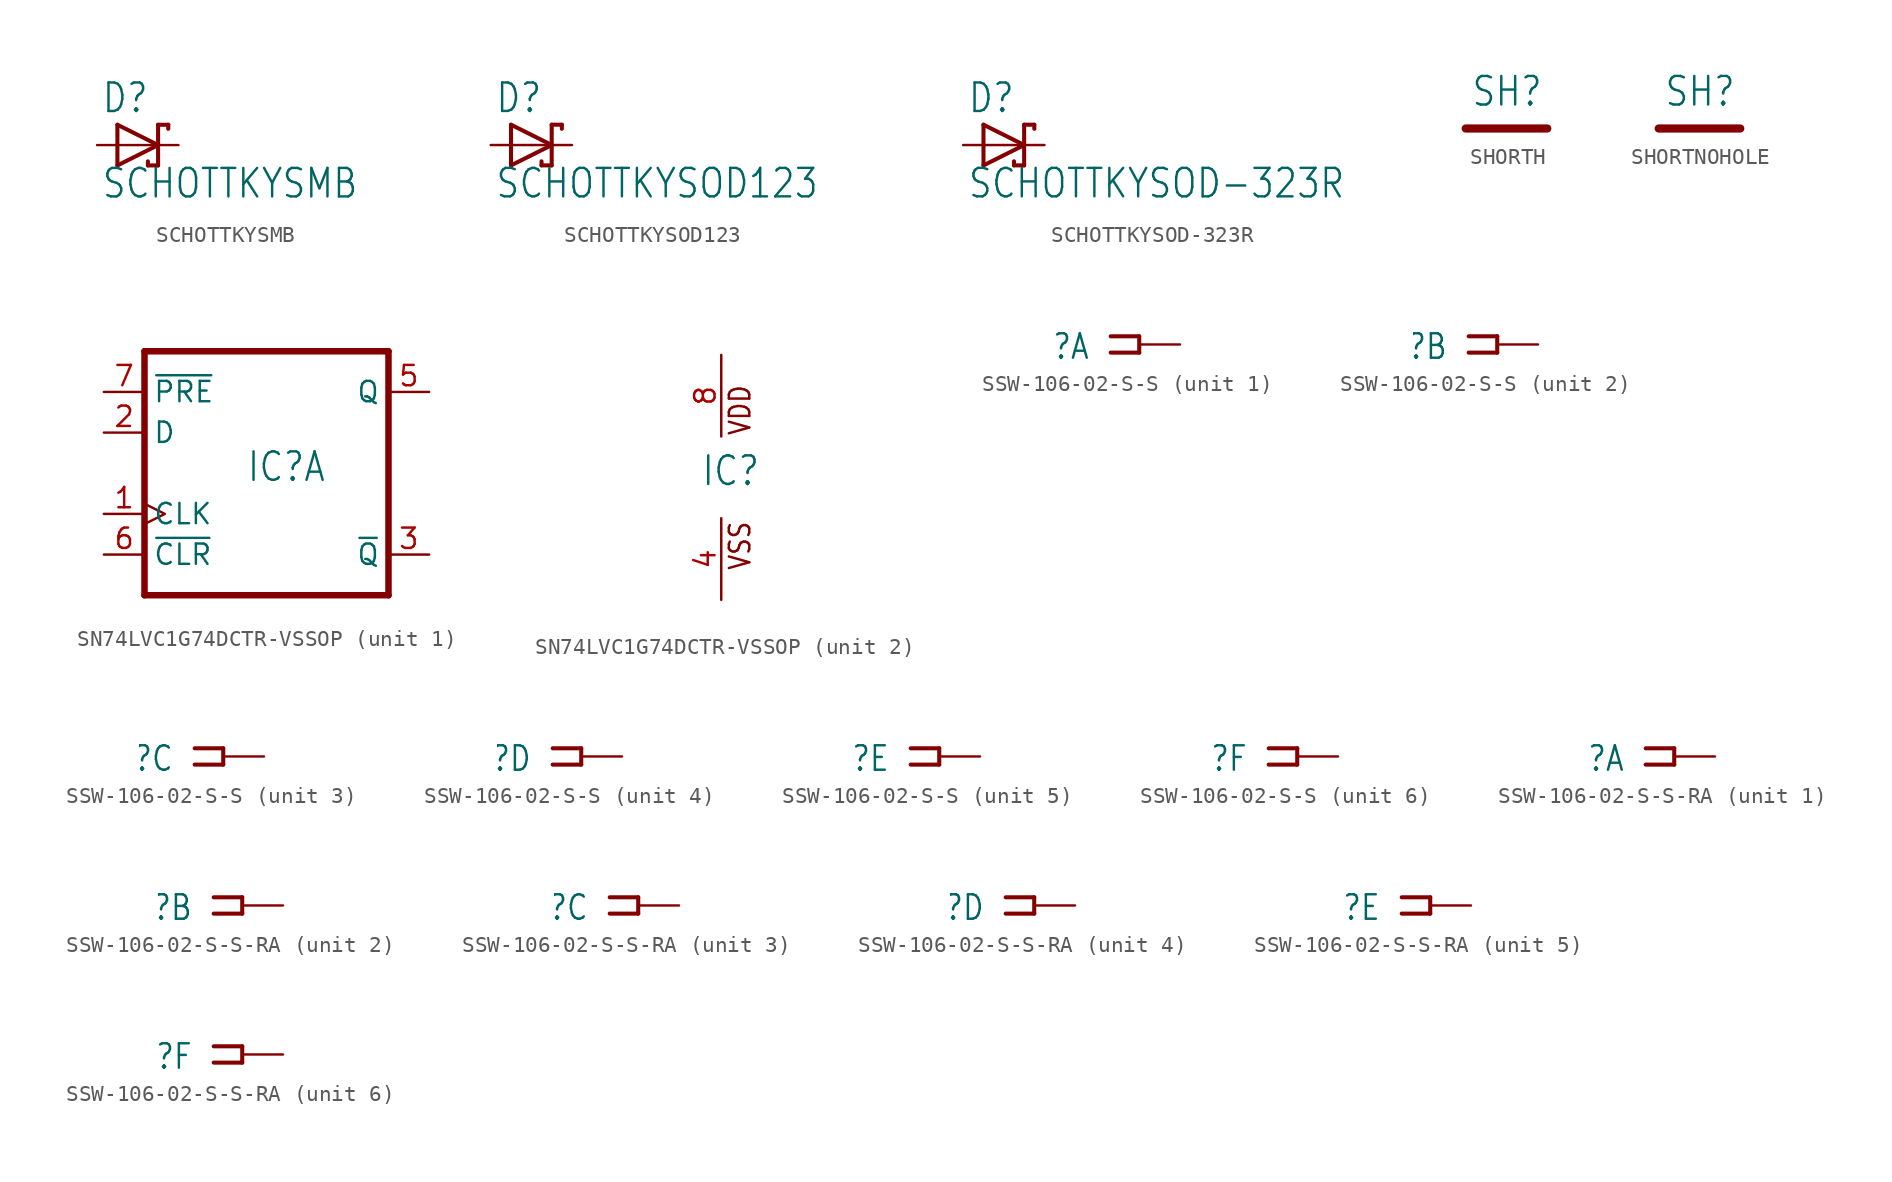
<source format=kicad_sym>
(kicad_symbol_lib
  (version 20211014)
  (generator kicad_symbol_editor)
  (symbol "SCHOTTKYSMB"
    (property "Reference" "D"
      (at -2.286 1.905 0)
      (effects (font (size 1.778 1.511)) (justify left bottom)))
    (property "Value" "SCHOTTKYSMB"
      (at -2.286 -3.429 0)
      (effects (font (size 1.778 1.511)) (justify left bottom)))
    (property "ki_locked" ""
      (at 0 0 0)
      (effects (font (size 1.27 1.27))))
    (symbol "SCHOTTKYSMB_1_0"
      (polyline (pts (xy -1.27 -1.27) (xy 1.27 0)) (stroke (width 0.254) (type default) (color 0 0 0 0)) (fill (type none)))
      (polyline (pts (xy -1.27 1.27) (xy -1.27 -1.27)) (stroke (width 0.254) (type default) (color 0 0 0 0)) (fill (type none)))
      (polyline (pts (xy 0.635 -1.016) (xy 0.635 -1.27)) (stroke (width 0.254) (type default) (color 0 0 0 0)) (fill (type none)))
      (polyline (pts (xy 1.27 -1.27) (xy 0.635 -1.27)) (stroke (width 0.254) (type default) (color 0 0 0 0)) (fill (type none)))
      (polyline (pts (xy 1.27 0) (xy -1.27 1.27)) (stroke (width 0.254) (type default) (color 0 0 0 0)) (fill (type none)))
      (polyline (pts (xy 1.27 0) (xy 1.27 -1.27)) (stroke (width 0.254) (type default) (color 0 0 0 0)) (fill (type none)))
      (polyline (pts (xy 1.27 1.27) (xy 1.27 0)) (stroke (width 0.254) (type default) (color 0 0 0 0)) (fill (type none)))
      (polyline (pts (xy 1.905 1.27) (xy 1.27 1.27)) (stroke (width 0.254) (type default) (color 0 0 0 0)) (fill (type none)))
      (polyline (pts (xy 1.905 1.27) (xy 1.905 1.016)) (stroke (width 0.254) (type default) (color 0 0 0 0)) (fill (type none)))
      (pin passive line (at -2.54 0 0) (length 2.54) (name "A" (effects (font (size 0 0)))) (number "A" (effects (font (size 0 0)))))
      (pin passive line (at 2.54 0 180) (length 2.54) (name "C" (effects (font (size 0 0)))) (number "C" (effects (font (size 0 0)))))))
  (symbol "SCHOTTKYSOD123"
    (property "Reference" "D"
      (at -2.286 1.905 0)
      (effects (font (size 1.778 1.511)) (justify left bottom)))
    (property "Value" "SCHOTTKYSOD123"
      (at -2.286 -3.429 0)
      (effects (font (size 1.778 1.511)) (justify left bottom)))
    (property "ki_locked" ""
      (at 0 0 0)
      (effects (font (size 1.27 1.27))))
    (symbol "SCHOTTKYSOD123_1_0"
      (polyline (pts (xy -1.27 -1.27) (xy 1.27 0)) (stroke (width 0.254) (type default) (color 0 0 0 0)) (fill (type none)))
      (polyline (pts (xy -1.27 1.27) (xy -1.27 -1.27)) (stroke (width 0.254) (type default) (color 0 0 0 0)) (fill (type none)))
      (polyline (pts (xy 0.635 -1.016) (xy 0.635 -1.27)) (stroke (width 0.254) (type default) (color 0 0 0 0)) (fill (type none)))
      (polyline (pts (xy 1.27 -1.27) (xy 0.635 -1.27)) (stroke (width 0.254) (type default) (color 0 0 0 0)) (fill (type none)))
      (polyline (pts (xy 1.27 0) (xy -1.27 1.27)) (stroke (width 0.254) (type default) (color 0 0 0 0)) (fill (type none)))
      (polyline (pts (xy 1.27 0) (xy 1.27 -1.27)) (stroke (width 0.254) (type default) (color 0 0 0 0)) (fill (type none)))
      (polyline (pts (xy 1.27 1.27) (xy 1.27 0)) (stroke (width 0.254) (type default) (color 0 0 0 0)) (fill (type none)))
      (polyline (pts (xy 1.905 1.27) (xy 1.27 1.27)) (stroke (width 0.254) (type default) (color 0 0 0 0)) (fill (type none)))
      (polyline (pts (xy 1.905 1.27) (xy 1.905 1.016)) (stroke (width 0.254) (type default) (color 0 0 0 0)) (fill (type none)))
      (pin passive line (at -2.54 0 0) (length 2.54) (name "A" (effects (font (size 0 0)))) (number "A" (effects (font (size 0 0)))))
      (pin passive line (at 2.54 0 180) (length 2.54) (name "C" (effects (font (size 0 0)))) (number "C" (effects (font (size 0 0)))))))
  (symbol "SCHOTTKYSOD-323R"
    (property "Reference" "D"
      (at -2.286 1.905 0)
      (effects (font (size 1.778 1.511)) (justify left bottom)))
    (property "Value" "SCHOTTKYSOD-323R"
      (at -2.286 -3.429 0)
      (effects (font (size 1.778 1.511)) (justify left bottom)))
    (property "ki_locked" ""
      (at 0 0 0)
      (effects (font (size 1.27 1.27))))
    (symbol "SCHOTTKYSOD-323R_1_0"
      (polyline (pts (xy -1.27 -1.27) (xy 1.27 0)) (stroke (width 0.254) (type default) (color 0 0 0 0)) (fill (type none)))
      (polyline (pts (xy -1.27 1.27) (xy -1.27 -1.27)) (stroke (width 0.254) (type default) (color 0 0 0 0)) (fill (type none)))
      (polyline (pts (xy 0.635 -1.016) (xy 0.635 -1.27)) (stroke (width 0.254) (type default) (color 0 0 0 0)) (fill (type none)))
      (polyline (pts (xy 1.27 -1.27) (xy 0.635 -1.27)) (stroke (width 0.254) (type default) (color 0 0 0 0)) (fill (type none)))
      (polyline (pts (xy 1.27 0) (xy -1.27 1.27)) (stroke (width 0.254) (type default) (color 0 0 0 0)) (fill (type none)))
      (polyline (pts (xy 1.27 0) (xy 1.27 -1.27)) (stroke (width 0.254) (type default) (color 0 0 0 0)) (fill (type none)))
      (polyline (pts (xy 1.27 1.27) (xy 1.27 0)) (stroke (width 0.254) (type default) (color 0 0 0 0)) (fill (type none)))
      (polyline (pts (xy 1.905 1.27) (xy 1.27 1.27)) (stroke (width 0.254) (type default) (color 0 0 0 0)) (fill (type none)))
      (polyline (pts (xy 1.905 1.27) (xy 1.905 1.016)) (stroke (width 0.254) (type default) (color 0 0 0 0)) (fill (type none)))
      (pin passive line (at -2.54 0 0) (length 2.54) (name "A" (effects (font (size 0 0)))) (number "A" (effects (font (size 0 0)))))
      (pin passive line (at 2.54 0 180) (length 2.54) (name "C" (effects (font (size 0 0)))) (number "C" (effects (font (size 0 0)))))))
  (symbol "SHORTH"
    (property "Reference" "SH"
      (at -2.223 1.27 0)
      (effects (font (size 1.778 1.511)) (justify left bottom)))
    (property "ki_locked" ""
      (at 0 0 0)
      (effects (font (size 1.27 1.27))))
    (symbol "SHORTH_1_0"
      (polyline (pts (xy -2.54 0) (xy 2.54 0)) (stroke (width 0.508) (type default) (color 0 0 0 0)) (fill (type none)))
      (pin bidirectional line (at -2.54 0 0) (length 0) (name "GND_A" (effects (font (size 0 0)))) (number "1" (effects (font (size 0 0)))))
      (pin bidirectional line (at 2.54 0 0) (length 0) (name "GND_B" (effects (font (size 0 0)))) (number "2" (effects (font (size 0 0)))))))
  (symbol "SHORTNOHOLE"
    (property "Reference" "SH"
      (at -2.223 1.27 0)
      (effects (font (size 1.778 1.511)) (justify left bottom)))
    (property "ki_locked" ""
      (at 0 0 0)
      (effects (font (size 1.27 1.27))))
    (symbol "SHORTNOHOLE_1_0"
      (polyline (pts (xy -2.54 0) (xy 2.54 0)) (stroke (width 0.508) (type default) (color 0 0 0 0)) (fill (type none)))
      (pin bidirectional line (at -2.54 0 0) (length 0) (name "GND_A" (effects (font (size 0 0)))) (number "P$1" (effects (font (size 0 0)))))
      (pin bidirectional line (at 2.54 0 0) (length 0) (name "GND_B" (effects (font (size 0 0)))) (number "P$2" (effects (font (size 0 0)))))))
  (symbol "SN74LVC1G74DCTR-VSSOP"
    (property "Reference" "IC"
      (at -1.27 -0.635 0)
      (effects (font (size 1.778 1.511)) (justify left bottom)))
    (property "ki_locked" ""
      (at 0 0 0)
      (effects (font (size 1.27 1.27))))
    (symbol "SN74LVC1G74DCTR-VSSOP_1_0"
      (polyline (pts (xy -7.62 -7.62) (xy 7.62 -7.62)) (stroke (width 0.406) (type default) (color 0 0 0 0)) (fill (type none)))
      (polyline (pts (xy -7.62 7.62) (xy -7.62 -7.62)) (stroke (width 0.406) (type default) (color 0 0 0 0)) (fill (type none)))
      (polyline (pts (xy 7.62 -7.62) (xy 7.62 7.62)) (stroke (width 0.406) (type default) (color 0 0 0 0)) (fill (type none)))
      (polyline (pts (xy 7.62 7.62) (xy -7.62 7.62)) (stroke (width 0.406) (type default) (color 0 0 0 0)) (fill (type none)))
      (pin input clock (at -10.16 -2.54 0) (length 2.54) (name "CLK" (effects (font (size 1.27 1.27)))) (number "1" (effects (font (size 1.27 1.27)))))
      (pin input line (at -10.16 2.54 0) (length 2.54) (name "D" (effects (font (size 1.27 1.27)))) (number "2" (effects (font (size 1.27 1.27)))))
      (pin output line (at 10.16 -5.08 180) (length 2.54) (name "~{Q}" (effects (font (size 1.27 1.27)))) (number "3" (effects (font (size 1.27 1.27)))))
      (pin output line (at 10.16 5.08 180) (length 2.54) (name "Q" (effects (font (size 1.27 1.27)))) (number "5" (effects (font (size 1.27 1.27)))))
      (pin input line (at -10.16 -5.08 0) (length 2.54) (name "~{CLR}" (effects (font (size 1.27 1.27)))) (number "6" (effects (font (size 1.27 1.27)))))
      (pin input line (at -10.16 5.08 0) (length 2.54) (name "~{PRE}" (effects (font (size 1.27 1.27)))) (number "7" (effects (font (size 1.27 1.27))))))
    (symbol "SN74LVC1G74DCTR-VSSOP_2_0"
      (text "VDD" (at 1.905 2.54 900) (effects (font (size 1.27 1.079)) (justify left bottom)))
      (text "VSS" (at 1.905 -5.842 900) (effects (font (size 1.27 1.079)) (justify left bottom)))
      (pin power_in line (at 0 -7.62 90) (length 5.08) (name "VSS" (effects (font (size 0 0)))) (number "4" (effects (font (size 1.27 1.27)))))
      (pin power_in line (at 0 7.62 270) (length 5.08) (name "VDD" (effects (font (size 0 0)))) (number "8" (effects (font (size 1.27 1.27)))))))
  (symbol "SSW-106-02-S-S"
    (property "Reference" "X"
      (at -3.048 0.762 0)
      (effects (font (size 1.524 1.295)) (justify right top)))
    (property "ki_locked" ""
      (at 0 0 0)
      (effects (font (size 1.27 1.27))))
    (symbol "SSW-106-02-S-S_1_0"
      (polyline (pts (xy -1.778 0.508) (xy 0 0.508)) (stroke (width 0.254) (type default) (color 0 0 0 0)) (fill (type none)))
      (polyline (pts (xy 0 -0.508) (xy -1.778 -0.508)) (stroke (width 0.254) (type default) (color 0 0 0 0)) (fill (type none)))
      (polyline (pts (xy 0 0.508) (xy 0 -0.508)) (stroke (width 0.254) (type default) (color 0 0 0 0)) (fill (type none)))
      (pin passive line (at 2.54 0 180) (length 2.54) (name "1" (effects (font (size 0 0)))) (number "1" (effects (font (size 0 0))))))
    (symbol "SSW-106-02-S-S_2_0"
      (polyline (pts (xy -1.778 0.508) (xy 0 0.508)) (stroke (width 0.254) (type default) (color 0 0 0 0)) (fill (type none)))
      (polyline (pts (xy 0 -0.508) (xy -1.778 -0.508)) (stroke (width 0.254) (type default) (color 0 0 0 0)) (fill (type none)))
      (polyline (pts (xy 0 0.508) (xy 0 -0.508)) (stroke (width 0.254) (type default) (color 0 0 0 0)) (fill (type none)))
      (pin passive line (at 2.54 0 180) (length 2.54) (name "1" (effects (font (size 0 0)))) (number "2" (effects (font (size 0 0))))))
    (symbol "SSW-106-02-S-S_3_0"
      (polyline (pts (xy -1.778 0.508) (xy 0 0.508)) (stroke (width 0.254) (type default) (color 0 0 0 0)) (fill (type none)))
      (polyline (pts (xy 0 -0.508) (xy -1.778 -0.508)) (stroke (width 0.254) (type default) (color 0 0 0 0)) (fill (type none)))
      (polyline (pts (xy 0 0.508) (xy 0 -0.508)) (stroke (width 0.254) (type default) (color 0 0 0 0)) (fill (type none)))
      (pin passive line (at 2.54 0 180) (length 2.54) (name "1" (effects (font (size 0 0)))) (number "3" (effects (font (size 0 0))))))
    (symbol "SSW-106-02-S-S_4_0"
      (polyline (pts (xy -1.778 0.508) (xy 0 0.508)) (stroke (width 0.254) (type default) (color 0 0 0 0)) (fill (type none)))
      (polyline (pts (xy 0 -0.508) (xy -1.778 -0.508)) (stroke (width 0.254) (type default) (color 0 0 0 0)) (fill (type none)))
      (polyline (pts (xy 0 0.508) (xy 0 -0.508)) (stroke (width 0.254) (type default) (color 0 0 0 0)) (fill (type none)))
      (pin passive line (at 2.54 0 180) (length 2.54) (name "1" (effects (font (size 0 0)))) (number "4" (effects (font (size 0 0))))))
    (symbol "SSW-106-02-S-S_5_0"
      (polyline (pts (xy -1.778 0.508) (xy 0 0.508)) (stroke (width 0.254) (type default) (color 0 0 0 0)) (fill (type none)))
      (polyline (pts (xy 0 -0.508) (xy -1.778 -0.508)) (stroke (width 0.254) (type default) (color 0 0 0 0)) (fill (type none)))
      (polyline (pts (xy 0 0.508) (xy 0 -0.508)) (stroke (width 0.254) (type default) (color 0 0 0 0)) (fill (type none)))
      (pin passive line (at 2.54 0 180) (length 2.54) (name "1" (effects (font (size 0 0)))) (number "5" (effects (font (size 0 0))))))
    (symbol "SSW-106-02-S-S_6_0"
      (polyline (pts (xy -1.778 0.508) (xy 0 0.508)) (stroke (width 0.254) (type default) (color 0 0 0 0)) (fill (type none)))
      (polyline (pts (xy 0 -0.508) (xy -1.778 -0.508)) (stroke (width 0.254) (type default) (color 0 0 0 0)) (fill (type none)))
      (polyline (pts (xy 0 0.508) (xy 0 -0.508)) (stroke (width 0.254) (type default) (color 0 0 0 0)) (fill (type none)))
      (pin passive line (at 2.54 0 180) (length 2.54) (name "1" (effects (font (size 0 0)))) (number "6" (effects (font (size 0 0)))))))
  (symbol "SSW-106-02-S-S-RA"
    (property "Reference" "X"
      (at -3.048 0.762 0)
      (effects (font (size 1.524 1.295)) (justify right top)))
    (property "ki_locked" ""
      (at 0 0 0)
      (effects (font (size 1.27 1.27))))
    (symbol "SSW-106-02-S-S-RA_1_0"
      (polyline (pts (xy -1.778 0.508) (xy 0 0.508)) (stroke (width 0.254) (type default) (color 0 0 0 0)) (fill (type none)))
      (polyline (pts (xy 0 -0.508) (xy -1.778 -0.508)) (stroke (width 0.254) (type default) (color 0 0 0 0)) (fill (type none)))
      (polyline (pts (xy 0 0.508) (xy 0 -0.508)) (stroke (width 0.254) (type default) (color 0 0 0 0)) (fill (type none)))
      (pin passive line (at 2.54 0 180) (length 2.54) (name "1" (effects (font (size 0 0)))) (number "1" (effects (font (size 0 0))))))
    (symbol "SSW-106-02-S-S-RA_2_0"
      (polyline (pts (xy -1.778 0.508) (xy 0 0.508)) (stroke (width 0.254) (type default) (color 0 0 0 0)) (fill (type none)))
      (polyline (pts (xy 0 -0.508) (xy -1.778 -0.508)) (stroke (width 0.254) (type default) (color 0 0 0 0)) (fill (type none)))
      (polyline (pts (xy 0 0.508) (xy 0 -0.508)) (stroke (width 0.254) (type default) (color 0 0 0 0)) (fill (type none)))
      (pin passive line (at 2.54 0 180) (length 2.54) (name "1" (effects (font (size 0 0)))) (number "2" (effects (font (size 0 0))))))
    (symbol "SSW-106-02-S-S-RA_3_0"
      (polyline (pts (xy -1.778 0.508) (xy 0 0.508)) (stroke (width 0.254) (type default) (color 0 0 0 0)) (fill (type none)))
      (polyline (pts (xy 0 -0.508) (xy -1.778 -0.508)) (stroke (width 0.254) (type default) (color 0 0 0 0)) (fill (type none)))
      (polyline (pts (xy 0 0.508) (xy 0 -0.508)) (stroke (width 0.254) (type default) (color 0 0 0 0)) (fill (type none)))
      (pin passive line (at 2.54 0 180) (length 2.54) (name "1" (effects (font (size 0 0)))) (number "3" (effects (font (size 0 0))))))
    (symbol "SSW-106-02-S-S-RA_4_0"
      (polyline (pts (xy -1.778 0.508) (xy 0 0.508)) (stroke (width 0.254) (type default) (color 0 0 0 0)) (fill (type none)))
      (polyline (pts (xy 0 -0.508) (xy -1.778 -0.508)) (stroke (width 0.254) (type default) (color 0 0 0 0)) (fill (type none)))
      (polyline (pts (xy 0 0.508) (xy 0 -0.508)) (stroke (width 0.254) (type default) (color 0 0 0 0)) (fill (type none)))
      (pin passive line (at 2.54 0 180) (length 2.54) (name "1" (effects (font (size 0 0)))) (number "4" (effects (font (size 0 0))))))
    (symbol "SSW-106-02-S-S-RA_5_0"
      (polyline (pts (xy -1.778 0.508) (xy 0 0.508)) (stroke (width 0.254) (type default) (color 0 0 0 0)) (fill (type none)))
      (polyline (pts (xy 0 -0.508) (xy -1.778 -0.508)) (stroke (width 0.254) (type default) (color 0 0 0 0)) (fill (type none)))
      (polyline (pts (xy 0 0.508) (xy 0 -0.508)) (stroke (width 0.254) (type default) (color 0 0 0 0)) (fill (type none)))
      (pin passive line (at 2.54 0 180) (length 2.54) (name "1" (effects (font (size 0 0)))) (number "5" (effects (font (size 0 0))))))
    (symbol "SSW-106-02-S-S-RA_6_0"
      (polyline (pts (xy -1.778 0.508) (xy 0 0.508)) (stroke (width 0.254) (type default) (color 0 0 0 0)) (fill (type none)))
      (polyline (pts (xy 0 -0.508) (xy -1.778 -0.508)) (stroke (width 0.254) (type default) (color 0 0 0 0)) (fill (type none)))
      (polyline (pts (xy 0 0.508) (xy 0 -0.508)) (stroke (width 0.254) (type default) (color 0 0 0 0)) (fill (type none)))
      (pin passive line (at 2.54 0 180) (length 2.54) (name "1" (effects (font (size 0 0)))) (number "6" (effects (font (size 0 0))))))))
</source>
